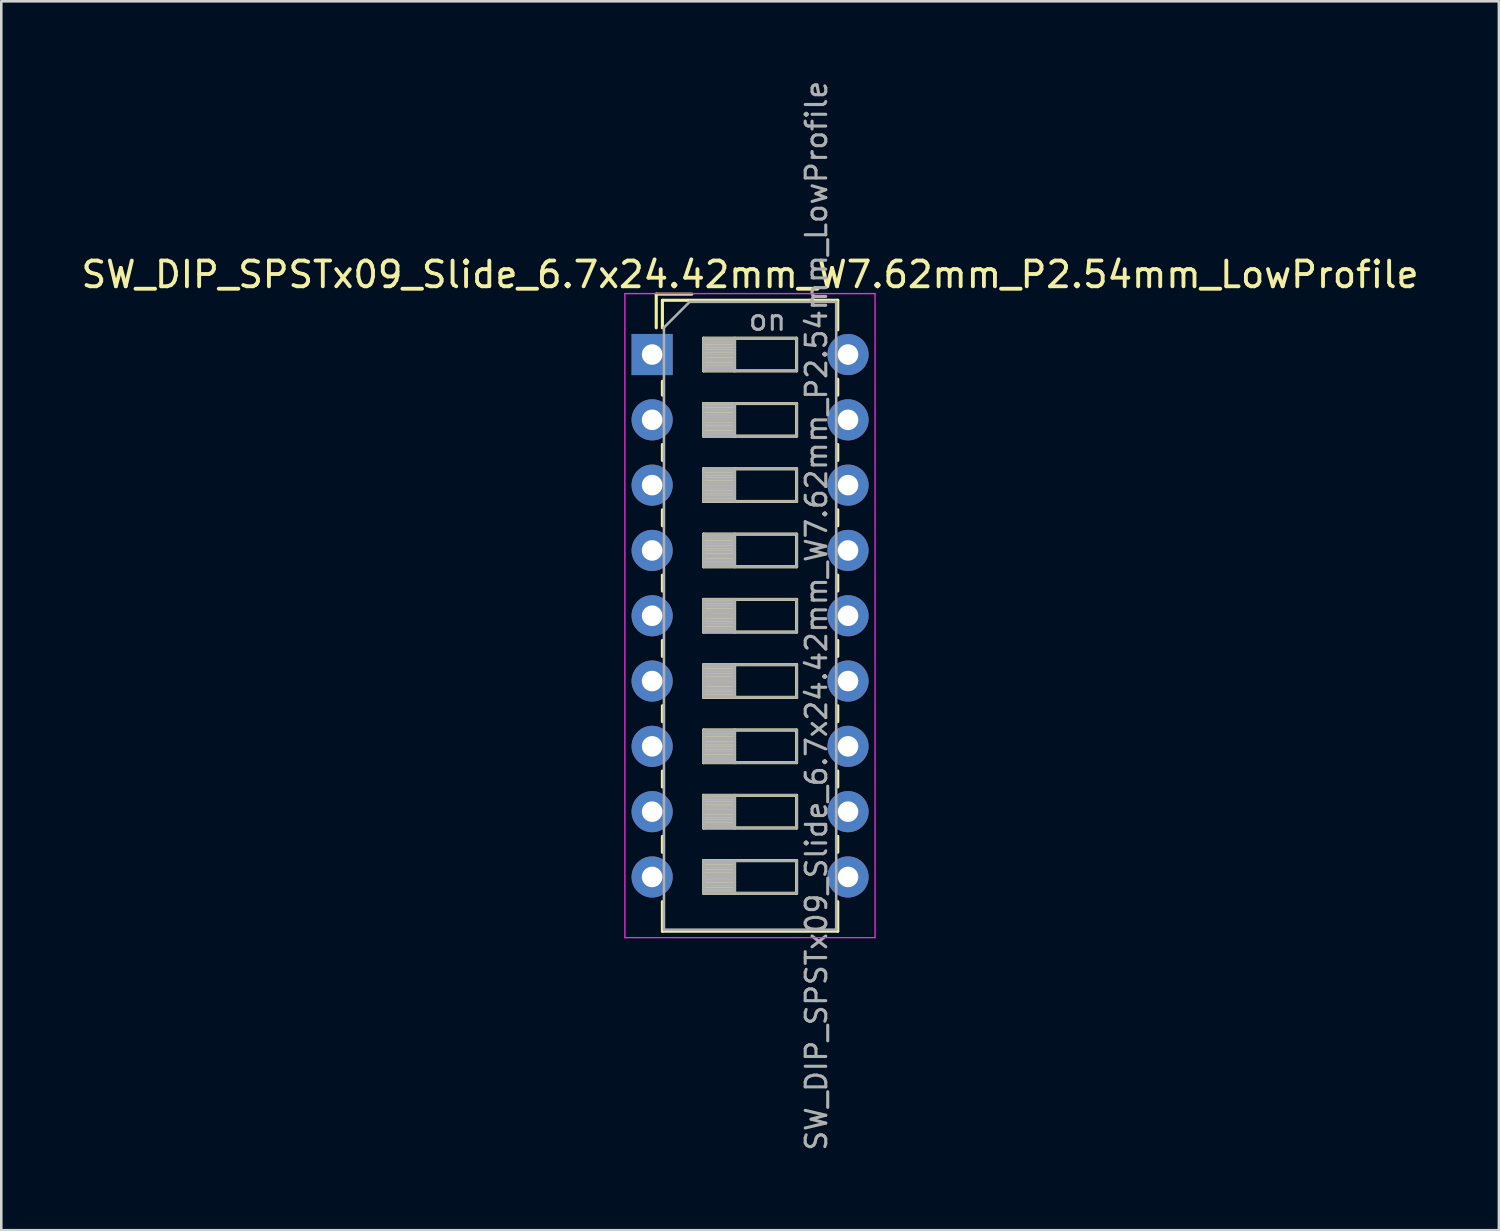
<source format=kicad_pcb>
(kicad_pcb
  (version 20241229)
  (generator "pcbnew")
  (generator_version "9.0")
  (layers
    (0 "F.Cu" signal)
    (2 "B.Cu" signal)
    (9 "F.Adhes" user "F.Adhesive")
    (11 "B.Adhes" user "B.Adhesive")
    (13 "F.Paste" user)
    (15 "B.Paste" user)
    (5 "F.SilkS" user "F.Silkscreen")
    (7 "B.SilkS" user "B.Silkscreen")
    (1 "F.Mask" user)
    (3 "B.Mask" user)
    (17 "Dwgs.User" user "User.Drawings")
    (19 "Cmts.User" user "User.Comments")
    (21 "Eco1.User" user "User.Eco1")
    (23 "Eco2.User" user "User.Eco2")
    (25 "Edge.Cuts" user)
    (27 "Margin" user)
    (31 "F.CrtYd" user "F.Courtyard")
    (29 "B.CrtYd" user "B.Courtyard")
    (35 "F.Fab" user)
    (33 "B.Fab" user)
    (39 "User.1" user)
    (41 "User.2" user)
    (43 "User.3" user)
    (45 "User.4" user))
  (footprint "SW_DIP_SPSTx09_Slide_6.7x24.42mm_W7.62mm_P2.54mm_LowProfile"
    (layer "F.Cu")
    (at 22.315 10.74)
    (property "Reference" "SW_DIP_SPSTx09_Slide_6.7x24.42mm_W7.62mm_P2.54mm_LowProfile" (at 3.81 -3.11 0) (layer "F.SilkS") (effects (font (size 1 1) (thickness 0.15))))
    (attr through_hole)
    (fp_line (start 0.16 -2.35) (end 0.16 -1.04) (stroke (width 0.12) (type solid)) (layer "F.SilkS"))
    (fp_line (start 0.16 -2.35) (end 1.543 -2.35) (stroke (width 0.12) (type solid)) (layer "F.SilkS"))
    (fp_line (start 0.4 -2.11) (end 0.4 -1.04) (stroke (width 0.12) (type solid)) (layer "F.SilkS"))
    (fp_line (start 0.4 -2.11) (end 7.22 -2.11) (stroke (width 0.12) (type solid)) (layer "F.SilkS"))
    (fp_line (start 0.4 1.04) (end 0.4 1.58) (stroke (width 0.12) (type solid)) (layer "F.SilkS"))
    (fp_line (start 0.4 3.5) (end 0.4 4.12) (stroke (width 0.12) (type solid)) (layer "F.SilkS"))
    (fp_line (start 0.4 6.04) (end 0.4 6.66) (stroke (width 0.12) (type solid)) (layer "F.SilkS"))
    (fp_line (start 0.4 8.58) (end 0.4 9.2) (stroke (width 0.12) (type solid)) (layer "F.SilkS"))
    (fp_line (start 0.4 11.12) (end 0.4 11.74) (stroke (width 0.12) (type solid)) (layer "F.SilkS"))
    (fp_line (start 0.4 13.66) (end 0.4 14.28) (stroke (width 0.12) (type solid)) (layer "F.SilkS"))
    (fp_line (start 0.4 16.2) (end 0.4 16.82) (stroke (width 0.12) (type solid)) (layer "F.SilkS"))
    (fp_line (start 0.4 18.74) (end 0.4 19.36) (stroke (width 0.12) (type solid)) (layer "F.SilkS"))
    (fp_line (start 0.4 21.28) (end 0.4 22.43) (stroke (width 0.12) (type solid)) (layer "F.SilkS"))
    (fp_line (start 0.4 22.43) (end 7.22 22.43) (stroke (width 0.12) (type solid)) (layer "F.SilkS"))
    (fp_line (start 2 -0.635) (end 2 0.635) (stroke (width 0.12) (type solid)) (layer "F.SilkS"))
    (fp_line (start 2 -0.515) (end 3.207 -0.515) (stroke (width 0.12) (type solid)) (layer "F.SilkS"))
    (fp_line (start 2 -0.395) (end 3.207 -0.395) (stroke (width 0.12) (type solid)) (layer "F.SilkS"))
    (fp_line (start 2 -0.275) (end 3.207 -0.275) (stroke (width 0.12) (type solid)) (layer "F.SilkS"))
    (fp_line (start 2 -0.155) (end 3.207 -0.155) (stroke (width 0.12) (type solid)) (layer "F.SilkS"))
    (fp_line (start 2 -0.035) (end 3.207 -0.035) (stroke (width 0.12) (type solid)) (layer "F.SilkS"))
    (fp_line (start 2 0.085) (end 3.207 0.085) (stroke (width 0.12) (type solid)) (layer "F.SilkS"))
    (fp_line (start 2 0.205) (end 3.207 0.205) (stroke (width 0.12) (type solid)) (layer "F.SilkS"))
    (fp_line (start 2 0.325) (end 3.207 0.325) (stroke (width 0.12) (type solid)) (layer "F.SilkS"))
    (fp_line (start 2 0.445) (end 3.207 0.445) (stroke (width 0.12) (type solid)) (layer "F.SilkS"))
    (fp_line (start 2 0.565) (end 3.207 0.565) (stroke (width 0.12) (type solid)) (layer "F.SilkS"))
    (fp_line (start 2 0.635) (end 5.62 0.635) (stroke (width 0.12) (type solid)) (layer "F.SilkS"))
    (fp_line (start 2 1.905) (end 2 3.175) (stroke (width 0.12) (type solid)) (layer "F.SilkS"))
    (fp_line (start 2 2.025) (end 3.207 2.025) (stroke (width 0.12) (type solid)) (layer "F.SilkS"))
    (fp_line (start 2 2.145) (end 3.207 2.145) (stroke (width 0.12) (type solid)) (layer "F.SilkS"))
    (fp_line (start 2 2.265) (end 3.207 2.265) (stroke (width 0.12) (type solid)) (layer "F.SilkS"))
    (fp_line (start 2 2.385) (end 3.207 2.385) (stroke (width 0.12) (type solid)) (layer "F.SilkS"))
    (fp_line (start 2 2.505) (end 3.207 2.505) (stroke (width 0.12) (type solid)) (layer "F.SilkS"))
    (fp_line (start 2 2.625) (end 3.207 2.625) (stroke (width 0.12) (type solid)) (layer "F.SilkS"))
    (fp_line (start 2 2.745) (end 3.207 2.745) (stroke (width 0.12) (type solid)) (layer "F.SilkS"))
    (fp_line (start 2 2.865) (end 3.207 2.865) (stroke (width 0.12) (type solid)) (layer "F.SilkS"))
    (fp_line (start 2 2.985) (end 3.207 2.985) (stroke (width 0.12) (type solid)) (layer "F.SilkS"))
    (fp_line (start 2 3.105) (end 3.207 3.105) (stroke (width 0.12) (type solid)) (layer "F.SilkS"))
    (fp_line (start 2 3.175) (end 5.62 3.175) (stroke (width 0.12) (type solid)) (layer "F.SilkS"))
    (fp_line (start 2 4.445) (end 2 5.715) (stroke (width 0.12) (type solid)) (layer "F.SilkS"))
    (fp_line (start 2 4.565) (end 3.207 4.565) (stroke (width 0.12) (type solid)) (layer "F.SilkS"))
    (fp_line (start 2 4.685) (end 3.207 4.685) (stroke (width 0.12) (type solid)) (layer "F.SilkS"))
    (fp_line (start 2 4.805) (end 3.207 4.805) (stroke (width 0.12) (type solid)) (layer "F.SilkS"))
    (fp_line (start 2 4.925) (end 3.207 4.925) (stroke (width 0.12) (type solid)) (layer "F.SilkS"))
    (fp_line (start 2 5.045) (end 3.207 5.045) (stroke (width 0.12) (type solid)) (layer "F.SilkS"))
    (fp_line (start 2 5.165) (end 3.207 5.165) (stroke (width 0.12) (type solid)) (layer "F.SilkS"))
    (fp_line (start 2 5.285) (end 3.207 5.285) (stroke (width 0.12) (type solid)) (layer "F.SilkS"))
    (fp_line (start 2 5.405) (end 3.207 5.405) (stroke (width 0.12) (type solid)) (layer "F.SilkS"))
    (fp_line (start 2 5.525) (end 3.207 5.525) (stroke (width 0.12) (type solid)) (layer "F.SilkS"))
    (fp_line (start 2 5.645) (end 3.207 5.645) (stroke (width 0.12) (type solid)) (layer "F.SilkS"))
    (fp_line (start 2 5.715) (end 5.62 5.715) (stroke (width 0.12) (type solid)) (layer "F.SilkS"))
    (fp_line (start 2 6.985) (end 2 8.255) (stroke (width 0.12) (type solid)) (layer "F.SilkS"))
    (fp_line (start 2 7.105) (end 3.207 7.105) (stroke (width 0.12) (type solid)) (layer "F.SilkS"))
    (fp_line (start 2 7.225) (end 3.207 7.225) (stroke (width 0.12) (type solid)) (layer "F.SilkS"))
    (fp_line (start 2 7.345) (end 3.207 7.345) (stroke (width 0.12) (type solid)) (layer "F.SilkS"))
    (fp_line (start 2 7.465) (end 3.207 7.465) (stroke (width 0.12) (type solid)) (layer "F.SilkS"))
    (fp_line (start 2 7.585) (end 3.207 7.585) (stroke (width 0.12) (type solid)) (layer "F.SilkS"))
    (fp_line (start 2 7.705) (end 3.207 7.705) (stroke (width 0.12) (type solid)) (layer "F.SilkS"))
    (fp_line (start 2 7.825) (end 3.207 7.825) (stroke (width 0.12) (type solid)) (layer "F.SilkS"))
    (fp_line (start 2 7.945) (end 3.207 7.945) (stroke (width 0.12) (type solid)) (layer "F.SilkS"))
    (fp_line (start 2 8.065) (end 3.207 8.065) (stroke (width 0.12) (type solid)) (layer "F.SilkS"))
    (fp_line (start 2 8.185) (end 3.207 8.185) (stroke (width 0.12) (type solid)) (layer "F.SilkS"))
    (fp_line (start 2 8.255) (end 5.62 8.255) (stroke (width 0.12) (type solid)) (layer "F.SilkS"))
    (fp_line (start 2 9.525) (end 2 10.795) (stroke (width 0.12) (type solid)) (layer "F.SilkS"))
    (fp_line (start 2 9.645) (end 3.207 9.645) (stroke (width 0.12) (type solid)) (layer "F.SilkS"))
    (fp_line (start 2 9.765) (end 3.207 9.765) (stroke (width 0.12) (type solid)) (layer "F.SilkS"))
    (fp_line (start 2 9.885) (end 3.207 9.885) (stroke (width 0.12) (type solid)) (layer "F.SilkS"))
    (fp_line (start 2 10.005) (end 3.207 10.005) (stroke (width 0.12) (type solid)) (layer "F.SilkS"))
    (fp_line (start 2 10.125) (end 3.207 10.125) (stroke (width 0.12) (type solid)) (layer "F.SilkS"))
    (fp_line (start 2 10.245) (end 3.207 10.245) (stroke (width 0.12) (type solid)) (layer "F.SilkS"))
    (fp_line (start 2 10.365) (end 3.207 10.365) (stroke (width 0.12) (type solid)) (layer "F.SilkS"))
    (fp_line (start 2 10.485) (end 3.207 10.485) (stroke (width 0.12) (type solid)) (layer "F.SilkS"))
    (fp_line (start 2 10.605) (end 3.207 10.605) (stroke (width 0.12) (type solid)) (layer "F.SilkS"))
    (fp_line (start 2 10.725) (end 3.207 10.725) (stroke (width 0.12) (type solid)) (layer "F.SilkS"))
    (fp_line (start 2 10.795) (end 5.62 10.795) (stroke (width 0.12) (type solid)) (layer "F.SilkS"))
    (fp_line (start 2 12.065) (end 2 13.335) (stroke (width 0.12) (type solid)) (layer "F.SilkS"))
    (fp_line (start 2 12.185) (end 3.207 12.185) (stroke (width 0.12) (type solid)) (layer "F.SilkS"))
    (fp_line (start 2 12.305) (end 3.207 12.305) (stroke (width 0.12) (type solid)) (layer "F.SilkS"))
    (fp_line (start 2 12.425) (end 3.207 12.425) (stroke (width 0.12) (type solid)) (layer "F.SilkS"))
    (fp_line (start 2 12.545) (end 3.207 12.545) (stroke (width 0.12) (type solid)) (layer "F.SilkS"))
    (fp_line (start 2 12.665) (end 3.207 12.665) (stroke (width 0.12) (type solid)) (layer "F.SilkS"))
    (fp_line (start 2 12.785) (end 3.207 12.785) (stroke (width 0.12) (type solid)) (layer "F.SilkS"))
    (fp_line (start 2 12.905) (end 3.207 12.905) (stroke (width 0.12) (type solid)) (layer "F.SilkS"))
    (fp_line (start 2 13.025) (end 3.207 13.025) (stroke (width 0.12) (type solid)) (layer "F.SilkS"))
    (fp_line (start 2 13.145) (end 3.207 13.145) (stroke (width 0.12) (type solid)) (layer "F.SilkS"))
    (fp_line (start 2 13.265) (end 3.207 13.265) (stroke (width 0.12) (type solid)) (layer "F.SilkS"))
    (fp_line (start 2 13.335) (end 5.62 13.335) (stroke (width 0.12) (type solid)) (layer "F.SilkS"))
    (fp_line (start 2 14.605) (end 2 15.875) (stroke (width 0.12) (type solid)) (layer "F.SilkS"))
    (fp_line (start 2 14.725) (end 3.207 14.725) (stroke (width 0.12) (type solid)) (layer "F.SilkS"))
    (fp_line (start 2 14.845) (end 3.207 14.845) (stroke (width 0.12) (type solid)) (layer "F.SilkS"))
    (fp_line (start 2 14.965) (end 3.207 14.965) (stroke (width 0.12) (type solid)) (layer "F.SilkS"))
    (fp_line (start 2 15.085) (end 3.207 15.085) (stroke (width 0.12) (type solid)) (layer "F.SilkS"))
    (fp_line (start 2 15.205) (end 3.207 15.205) (stroke (width 0.12) (type solid)) (layer "F.SilkS"))
    (fp_line (start 2 15.325) (end 3.207 15.325) (stroke (width 0.12) (type solid)) (layer "F.SilkS"))
    (fp_line (start 2 15.445) (end 3.207 15.445) (stroke (width 0.12) (type solid)) (layer "F.SilkS"))
    (fp_line (start 2 15.565) (end 3.207 15.565) (stroke (width 0.12) (type solid)) (layer "F.SilkS"))
    (fp_line (start 2 15.685) (end 3.207 15.685) (stroke (width 0.12) (type solid)) (layer "F.SilkS"))
    (fp_line (start 2 15.805) (end 3.207 15.805) (stroke (width 0.12) (type solid)) (layer "F.SilkS"))
    (fp_line (start 2 15.875) (end 5.62 15.875) (stroke (width 0.12) (type solid)) (layer "F.SilkS"))
    (fp_line (start 2 17.145) (end 2 18.415) (stroke (width 0.12) (type solid)) (layer "F.SilkS"))
    (fp_line (start 2 17.265) (end 3.207 17.265) (stroke (width 0.12) (type solid)) (layer "F.SilkS"))
    (fp_line (start 2 17.385) (end 3.207 17.385) (stroke (width 0.12) (type solid)) (layer "F.SilkS"))
    (fp_line (start 2 17.505) (end 3.207 17.505) (stroke (width 0.12) (type solid)) (layer "F.SilkS"))
    (fp_line (start 2 17.625) (end 3.207 17.625) (stroke (width 0.12) (type solid)) (layer "F.SilkS"))
    (fp_line (start 2 17.745) (end 3.207 17.745) (stroke (width 0.12) (type solid)) (layer "F.SilkS"))
    (fp_line (start 2 17.865) (end 3.207 17.865) (stroke (width 0.12) (type solid)) (layer "F.SilkS"))
    (fp_line (start 2 17.985) (end 3.207 17.985) (stroke (width 0.12) (type solid)) (layer "F.SilkS"))
    (fp_line (start 2 18.105) (end 3.207 18.105) (stroke (width 0.12) (type solid)) (layer "F.SilkS"))
    (fp_line (start 2 18.225) (end 3.207 18.225) (stroke (width 0.12) (type solid)) (layer "F.SilkS"))
    (fp_line (start 2 18.345) (end 3.207 18.345) (stroke (width 0.12) (type solid)) (layer "F.SilkS"))
    (fp_line (start 2 18.415) (end 5.62 18.415) (stroke (width 0.12) (type solid)) (layer "F.SilkS"))
    (fp_line (start 2 19.685) (end 2 20.955) (stroke (width 0.12) (type solid)) (layer "F.SilkS"))
    (fp_line (start 2 19.805) (end 3.207 19.805) (stroke (width 0.12) (type solid)) (layer "F.SilkS"))
    (fp_line (start 2 19.925) (end 3.207 19.925) (stroke (width 0.12) (type solid)) (layer "F.SilkS"))
    (fp_line (start 2 20.045) (end 3.207 20.045) (stroke (width 0.12) (type solid)) (layer "F.SilkS"))
    (fp_line (start 2 20.165) (end 3.207 20.165) (stroke (width 0.12) (type solid)) (layer "F.SilkS"))
    (fp_line (start 2 20.285) (end 3.207 20.285) (stroke (width 0.12) (type solid)) (layer "F.SilkS"))
    (fp_line (start 2 20.405) (end 3.207 20.405) (stroke (width 0.12) (type solid)) (layer "F.SilkS"))
    (fp_line (start 2 20.525) (end 3.207 20.525) (stroke (width 0.12) (type solid)) (layer "F.SilkS"))
    (fp_line (start 2 20.645) (end 3.207 20.645) (stroke (width 0.12) (type solid)) (layer "F.SilkS"))
    (fp_line (start 2 20.765) (end 3.207 20.765) (stroke (width 0.12) (type solid)) (layer "F.SilkS"))
    (fp_line (start 2 20.885) (end 3.207 20.885) (stroke (width 0.12) (type solid)) (layer "F.SilkS"))
    (fp_line (start 2 20.955) (end 5.62 20.955) (stroke (width 0.12) (type solid)) (layer "F.SilkS"))
    (fp_line (start 3.207 -0.635) (end 3.207 0.635) (stroke (width 0.12) (type solid)) (layer "F.SilkS"))
    (fp_line (start 3.207 1.905) (end 3.207 3.175) (stroke (width 0.12) (type solid)) (layer "F.SilkS"))
    (fp_line (start 3.207 4.445) (end 3.207 5.715) (stroke (width 0.12) (type solid)) (layer "F.SilkS"))
    (fp_line (start 3.207 6.985) (end 3.207 8.255) (stroke (width 0.12) (type solid)) (layer "F.SilkS"))
    (fp_line (start 3.207 9.525) (end 3.207 10.795) (stroke (width 0.12) (type solid)) (layer "F.SilkS"))
    (fp_line (start 3.207 12.065) (end 3.207 13.335) (stroke (width 0.12) (type solid)) (layer "F.SilkS"))
    (fp_line (start 3.207 14.605) (end 3.207 15.875) (stroke (width 0.12) (type solid)) (layer "F.SilkS"))
    (fp_line (start 3.207 17.145) (end 3.207 18.415) (stroke (width 0.12) (type solid)) (layer "F.SilkS"))
    (fp_line (start 3.207 19.685) (end 3.207 20.955) (stroke (width 0.12) (type solid)) (layer "F.SilkS"))
    (fp_line (start 5.62 -0.635) (end 2 -0.635) (stroke (width 0.12) (type solid)) (layer "F.SilkS"))
    (fp_line (start 5.62 0.635) (end 5.62 -0.635) (stroke (width 0.12) (type solid)) (layer "F.SilkS"))
    (fp_line (start 5.62 1.905) (end 2 1.905) (stroke (width 0.12) (type solid)) (layer "F.SilkS"))
    (fp_line (start 5.62 3.175) (end 5.62 1.905) (stroke (width 0.12) (type solid)) (layer "F.SilkS"))
    (fp_line (start 5.62 4.445) (end 2 4.445) (stroke (width 0.12) (type solid)) (layer "F.SilkS"))
    (fp_line (start 5.62 5.715) (end 5.62 4.445) (stroke (width 0.12) (type solid)) (layer "F.SilkS"))
    (fp_line (start 5.62 6.985) (end 2 6.985) (stroke (width 0.12) (type solid)) (layer "F.SilkS"))
    (fp_line (start 5.62 8.255) (end 5.62 6.985) (stroke (width 0.12) (type solid)) (layer "F.SilkS"))
    (fp_line (start 5.62 9.525) (end 2 9.525) (stroke (width 0.12) (type solid)) (layer "F.SilkS"))
    (fp_line (start 5.62 10.795) (end 5.62 9.525) (stroke (width 0.12) (type solid)) (layer "F.SilkS"))
    (fp_line (start 5.62 12.065) (end 2 12.065) (stroke (width 0.12) (type solid)) (layer "F.SilkS"))
    (fp_line (start 5.62 13.335) (end 5.62 12.065) (stroke (width 0.12) (type solid)) (layer "F.SilkS"))
    (fp_line (start 5.62 14.605) (end 2 14.605) (stroke (width 0.12) (type solid)) (layer "F.SilkS"))
    (fp_line (start 5.62 15.875) (end 5.62 14.605) (stroke (width 0.12) (type solid)) (layer "F.SilkS"))
    (fp_line (start 5.62 17.145) (end 2 17.145) (stroke (width 0.12) (type solid)) (layer "F.SilkS"))
    (fp_line (start 5.62 18.415) (end 5.62 17.145) (stroke (width 0.12) (type solid)) (layer "F.SilkS"))
    (fp_line (start 5.62 19.685) (end 2 19.685) (stroke (width 0.12) (type solid)) (layer "F.SilkS"))
    (fp_line (start 5.62 20.955) (end 5.62 19.685) (stroke (width 0.12) (type solid)) (layer "F.SilkS"))
    (fp_line (start 7.22 -2.11) (end 7.22 -0.96) (stroke (width 0.12) (type solid)) (layer "F.SilkS"))
    (fp_line (start 7.22 0.96) (end 7.22 1.58) (stroke (width 0.12) (type solid)) (layer "F.SilkS"))
    (fp_line (start 7.22 3.5) (end 7.22 4.12) (stroke (width 0.12) (type solid)) (layer "F.SilkS"))
    (fp_line (start 7.22 6.04) (end 7.22 6.66) (stroke (width 0.12) (type solid)) (layer "F.SilkS"))
    (fp_line (start 7.22 8.58) (end 7.22 9.2) (stroke (width 0.12) (type solid)) (layer "F.SilkS"))
    (fp_line (start 7.22 11.12) (end 7.22 11.74) (stroke (width 0.12) (type solid)) (layer "F.SilkS"))
    (fp_line (start 7.22 13.66) (end 7.22 14.28) (stroke (width 0.12) (type solid)) (layer "F.SilkS"))
    (fp_line (start 7.22 16.2) (end 7.22 16.82) (stroke (width 0.12) (type solid)) (layer "F.SilkS"))
    (fp_line (start 7.22 18.74) (end 7.22 19.36) (stroke (width 0.12) (type solid)) (layer "F.SilkS"))
    (fp_line (start 7.22 21.28) (end 7.22 22.43) (stroke (width 0.12) (type solid)) (layer "F.SilkS"))
    (fp_line (start -1.06 -2.37) (end -1.06 22.68) (stroke (width 0.05) (type solid)) (layer "F.CrtYd"))
    (fp_line (start -1.06 22.68) (end 8.67 22.68) (stroke (width 0.05) (type solid)) (layer "F.CrtYd"))
    (fp_line (start 8.67 -2.37) (end -1.06 -2.37) (stroke (width 0.05) (type solid)) (layer "F.CrtYd"))
    (fp_line (start 8.67 22.68) (end 8.67 -2.37) (stroke (width 0.05) (type solid)) (layer "F.CrtYd"))
    (fp_line (start 0.46 -1.05) (end 1.46 -2.05) (stroke (width 0.1) (type solid)) (layer "F.Fab"))
    (fp_line (start 0.46 22.37) (end 0.46 -1.05) (stroke (width 0.1) (type solid)) (layer "F.Fab"))
    (fp_line (start 1.46 -2.05) (end 7.16 -2.05) (stroke (width 0.1) (type solid)) (layer "F.Fab"))
    (fp_line (start 2 -0.635) (end 2 0.635) (stroke (width 0.1) (type solid)) (layer "F.Fab"))
    (fp_line (start 2 -0.535) (end 3.207 -0.535) (stroke (width 0.1) (type solid)) (layer "F.Fab"))
    (fp_line (start 2 -0.435) (end 3.207 -0.435) (stroke (width 0.1) (type solid)) (layer "F.Fab"))
    (fp_line (start 2 -0.335) (end 3.207 -0.335) (stroke (width 0.1) (type solid)) (layer "F.Fab"))
    (fp_line (start 2 -0.235) (end 3.207 -0.235) (stroke (width 0.1) (type solid)) (layer "F.Fab"))
    (fp_line (start 2 -0.135) (end 3.207 -0.135) (stroke (width 0.1) (type solid)) (layer "F.Fab"))
    (fp_line (start 2 -0.035) (end 3.207 -0.035) (stroke (width 0.1) (type solid)) (layer "F.Fab"))
    (fp_line (start 2 0.065) (end 3.207 0.065) (stroke (width 0.1) (type solid)) (layer "F.Fab"))
    (fp_line (start 2 0.165) (end 3.207 0.165) (stroke (width 0.1) (type solid)) (layer "F.Fab"))
    (fp_line (start 2 0.265) (end 3.207 0.265) (stroke (width 0.1) (type solid)) (layer "F.Fab"))
    (fp_line (start 2 0.365) (end 3.207 0.365) (stroke (width 0.1) (type solid)) (layer "F.Fab"))
    (fp_line (start 2 0.465) (end 3.207 0.465) (stroke (width 0.1) (type solid)) (layer "F.Fab"))
    (fp_line (start 2 0.565) (end 3.207 0.565) (stroke (width 0.1) (type solid)) (layer "F.Fab"))
    (fp_line (start 2 0.635) (end 5.62 0.635) (stroke (width 0.1) (type solid)) (layer "F.Fab"))
    (fp_line (start 2 1.905) (end 2 3.175) (stroke (width 0.1) (type solid)) (layer "F.Fab"))
    (fp_line (start 2 2.005) (end 3.207 2.005) (stroke (width 0.1) (type solid)) (layer "F.Fab"))
    (fp_line (start 2 2.105) (end 3.207 2.105) (stroke (width 0.1) (type solid)) (layer "F.Fab"))
    (fp_line (start 2 2.205) (end 3.207 2.205) (stroke (width 0.1) (type solid)) (layer "F.Fab"))
    (fp_line (start 2 2.305) (end 3.207 2.305) (stroke (width 0.1) (type solid)) (layer "F.Fab"))
    (fp_line (start 2 2.405) (end 3.207 2.405) (stroke (width 0.1) (type solid)) (layer "F.Fab"))
    (fp_line (start 2 2.505) (end 3.207 2.505) (stroke (width 0.1) (type solid)) (layer "F.Fab"))
    (fp_line (start 2 2.605) (end 3.207 2.605) (stroke (width 0.1) (type solid)) (layer "F.Fab"))
    (fp_line (start 2 2.705) (end 3.207 2.705) (stroke (width 0.1) (type solid)) (layer "F.Fab"))
    (fp_line (start 2 2.805) (end 3.207 2.805) (stroke (width 0.1) (type solid)) (layer "F.Fab"))
    (fp_line (start 2 2.905) (end 3.207 2.905) (stroke (width 0.1) (type solid)) (layer "F.Fab"))
    (fp_line (start 2 3.005) (end 3.207 3.005) (stroke (width 0.1) (type solid)) (layer "F.Fab"))
    (fp_line (start 2 3.105) (end 3.207 3.105) (stroke (width 0.1) (type solid)) (layer "F.Fab"))
    (fp_line (start 2 3.175) (end 5.62 3.175) (stroke (width 0.1) (type solid)) (layer "F.Fab"))
    (fp_line (start 2 4.445) (end 2 5.715) (stroke (width 0.1) (type solid)) (layer "F.Fab"))
    (fp_line (start 2 4.545) (end 3.207 4.545) (stroke (width 0.1) (type solid)) (layer "F.Fab"))
    (fp_line (start 2 4.645) (end 3.207 4.645) (stroke (width 0.1) (type solid)) (layer "F.Fab"))
    (fp_line (start 2 4.745) (end 3.207 4.745) (stroke (width 0.1) (type solid)) (layer "F.Fab"))
    (fp_line (start 2 4.845) (end 3.207 4.845) (stroke (width 0.1) (type solid)) (layer "F.Fab"))
    (fp_line (start 2 4.945) (end 3.207 4.945) (stroke (width 0.1) (type solid)) (layer "F.Fab"))
    (fp_line (start 2 5.045) (end 3.207 5.045) (stroke (width 0.1) (type solid)) (layer "F.Fab"))
    (fp_line (start 2 5.145) (end 3.207 5.145) (stroke (width 0.1) (type solid)) (layer "F.Fab"))
    (fp_line (start 2 5.245) (end 3.207 5.245) (stroke (width 0.1) (type solid)) (layer "F.Fab"))
    (fp_line (start 2 5.345) (end 3.207 5.345) (stroke (width 0.1) (type solid)) (layer "F.Fab"))
    (fp_line (start 2 5.445) (end 3.207 5.445) (stroke (width 0.1) (type solid)) (layer "F.Fab"))
    (fp_line (start 2 5.545) (end 3.207 5.545) (stroke (width 0.1) (type solid)) (layer "F.Fab"))
    (fp_line (start 2 5.645) (end 3.207 5.645) (stroke (width 0.1) (type solid)) (layer "F.Fab"))
    (fp_line (start 2 5.715) (end 5.62 5.715) (stroke (width 0.1) (type solid)) (layer "F.Fab"))
    (fp_line (start 2 6.985) (end 2 8.255) (stroke (width 0.1) (type solid)) (layer "F.Fab"))
    (fp_line (start 2 7.085) (end 3.207 7.085) (stroke (width 0.1) (type solid)) (layer "F.Fab"))
    (fp_line (start 2 7.185) (end 3.207 7.185) (stroke (width 0.1) (type solid)) (layer "F.Fab"))
    (fp_line (start 2 7.285) (end 3.207 7.285) (stroke (width 0.1) (type solid)) (layer "F.Fab"))
    (fp_line (start 2 7.385) (end 3.207 7.385) (stroke (width 0.1) (type solid)) (layer "F.Fab"))
    (fp_line (start 2 7.485) (end 3.207 7.485) (stroke (width 0.1) (type solid)) (layer "F.Fab"))
    (fp_line (start 2 7.585) (end 3.207 7.585) (stroke (width 0.1) (type solid)) (layer "F.Fab"))
    (fp_line (start 2 7.685) (end 3.207 7.685) (stroke (width 0.1) (type solid)) (layer "F.Fab"))
    (fp_line (start 2 7.785) (end 3.207 7.785) (stroke (width 0.1) (type solid)) (layer "F.Fab"))
    (fp_line (start 2 7.885) (end 3.207 7.885) (stroke (width 0.1) (type solid)) (layer "F.Fab"))
    (fp_line (start 2 7.985) (end 3.207 7.985) (stroke (width 0.1) (type solid)) (layer "F.Fab"))
    (fp_line (start 2 8.085) (end 3.207 8.085) (stroke (width 0.1) (type solid)) (layer "F.Fab"))
    (fp_line (start 2 8.185) (end 3.207 8.185) (stroke (width 0.1) (type solid)) (layer "F.Fab"))
    (fp_line (start 2 8.255) (end 5.62 8.255) (stroke (width 0.1) (type solid)) (layer "F.Fab"))
    (fp_line (start 2 9.525) (end 2 10.795) (stroke (width 0.1) (type solid)) (layer "F.Fab"))
    (fp_line (start 2 9.625) (end 3.207 9.625) (stroke (width 0.1) (type solid)) (layer "F.Fab"))
    (fp_line (start 2 9.725) (end 3.207 9.725) (stroke (width 0.1) (type solid)) (layer "F.Fab"))
    (fp_line (start 2 9.825) (end 3.207 9.825) (stroke (width 0.1) (type solid)) (layer "F.Fab"))
    (fp_line (start 2 9.925) (end 3.207 9.925) (stroke (width 0.1) (type solid)) (layer "F.Fab"))
    (fp_line (start 2 10.025) (end 3.207 10.025) (stroke (width 0.1) (type solid)) (layer "F.Fab"))
    (fp_line (start 2 10.125) (end 3.207 10.125) (stroke (width 0.1) (type solid)) (layer "F.Fab"))
    (fp_line (start 2 10.225) (end 3.207 10.225) (stroke (width 0.1) (type solid)) (layer "F.Fab"))
    (fp_line (start 2 10.325) (end 3.207 10.325) (stroke (width 0.1) (type solid)) (layer "F.Fab"))
    (fp_line (start 2 10.425) (end 3.207 10.425) (stroke (width 0.1) (type solid)) (layer "F.Fab"))
    (fp_line (start 2 10.525) (end 3.207 10.525) (stroke (width 0.1) (type solid)) (layer "F.Fab"))
    (fp_line (start 2 10.625) (end 3.207 10.625) (stroke (width 0.1) (type solid)) (layer "F.Fab"))
    (fp_line (start 2 10.725) (end 3.207 10.725) (stroke (width 0.1) (type solid)) (layer "F.Fab"))
    (fp_line (start 2 10.795) (end 5.62 10.795) (stroke (width 0.1) (type solid)) (layer "F.Fab"))
    (fp_line (start 2 12.065) (end 2 13.335) (stroke (width 0.1) (type solid)) (layer "F.Fab"))
    (fp_line (start 2 12.165) (end 3.207 12.165) (stroke (width 0.1) (type solid)) (layer "F.Fab"))
    (fp_line (start 2 12.265) (end 3.207 12.265) (stroke (width 0.1) (type solid)) (layer "F.Fab"))
    (fp_line (start 2 12.365) (end 3.207 12.365) (stroke (width 0.1) (type solid)) (layer "F.Fab"))
    (fp_line (start 2 12.465) (end 3.207 12.465) (stroke (width 0.1) (type solid)) (layer "F.Fab"))
    (fp_line (start 2 12.565) (end 3.207 12.565) (stroke (width 0.1) (type solid)) (layer "F.Fab"))
    (fp_line (start 2 12.665) (end 3.207 12.665) (stroke (width 0.1) (type solid)) (layer "F.Fab"))
    (fp_line (start 2 12.765) (end 3.207 12.765) (stroke (width 0.1) (type solid)) (layer "F.Fab"))
    (fp_line (start 2 12.865) (end 3.207 12.865) (stroke (width 0.1) (type solid)) (layer "F.Fab"))
    (fp_line (start 2 12.965) (end 3.207 12.965) (stroke (width 0.1) (type solid)) (layer "F.Fab"))
    (fp_line (start 2 13.065) (end 3.207 13.065) (stroke (width 0.1) (type solid)) (layer "F.Fab"))
    (fp_line (start 2 13.165) (end 3.207 13.165) (stroke (width 0.1) (type solid)) (layer "F.Fab"))
    (fp_line (start 2 13.265) (end 3.207 13.265) (stroke (width 0.1) (type solid)) (layer "F.Fab"))
    (fp_line (start 2 13.335) (end 5.62 13.335) (stroke (width 0.1) (type solid)) (layer "F.Fab"))
    (fp_line (start 2 14.605) (end 2 15.875) (stroke (width 0.1) (type solid)) (layer "F.Fab"))
    (fp_line (start 2 14.705) (end 3.207 14.705) (stroke (width 0.1) (type solid)) (layer "F.Fab"))
    (fp_line (start 2 14.805) (end 3.207 14.805) (stroke (width 0.1) (type solid)) (layer "F.Fab"))
    (fp_line (start 2 14.905) (end 3.207 14.905) (stroke (width 0.1) (type solid)) (layer "F.Fab"))
    (fp_line (start 2 15.005) (end 3.207 15.005) (stroke (width 0.1) (type solid)) (layer "F.Fab"))
    (fp_line (start 2 15.105) (end 3.207 15.105) (stroke (width 0.1) (type solid)) (layer "F.Fab"))
    (fp_line (start 2 15.205) (end 3.207 15.205) (stroke (width 0.1) (type solid)) (layer "F.Fab"))
    (fp_line (start 2 15.305) (end 3.207 15.305) (stroke (width 0.1) (type solid)) (layer "F.Fab"))
    (fp_line (start 2 15.405) (end 3.207 15.405) (stroke (width 0.1) (type solid)) (layer "F.Fab"))
    (fp_line (start 2 15.505) (end 3.207 15.505) (stroke (width 0.1) (type solid)) (layer "F.Fab"))
    (fp_line (start 2 15.605) (end 3.207 15.605) (stroke (width 0.1) (type solid)) (layer "F.Fab"))
    (fp_line (start 2 15.705) (end 3.207 15.705) (stroke (width 0.1) (type solid)) (layer "F.Fab"))
    (fp_line (start 2 15.805) (end 3.207 15.805) (stroke (width 0.1) (type solid)) (layer "F.Fab"))
    (fp_line (start 2 15.875) (end 5.62 15.875) (stroke (width 0.1) (type solid)) (layer "F.Fab"))
    (fp_line (start 2 17.145) (end 2 18.415) (stroke (width 0.1) (type solid)) (layer "F.Fab"))
    (fp_line (start 2 17.245) (end 3.207 17.245) (stroke (width 0.1) (type solid)) (layer "F.Fab"))
    (fp_line (start 2 17.345) (end 3.207 17.345) (stroke (width 0.1) (type solid)) (layer "F.Fab"))
    (fp_line (start 2 17.445) (end 3.207 17.445) (stroke (width 0.1) (type solid)) (layer "F.Fab"))
    (fp_line (start 2 17.545) (end 3.207 17.545) (stroke (width 0.1) (type solid)) (layer "F.Fab"))
    (fp_line (start 2 17.645) (end 3.207 17.645) (stroke (width 0.1) (type solid)) (layer "F.Fab"))
    (fp_line (start 2 17.745) (end 3.207 17.745) (stroke (width 0.1) (type solid)) (layer "F.Fab"))
    (fp_line (start 2 17.845) (end 3.207 17.845) (stroke (width 0.1) (type solid)) (layer "F.Fab"))
    (fp_line (start 2 17.945) (end 3.207 17.945) (stroke (width 0.1) (type solid)) (layer "F.Fab"))
    (fp_line (start 2 18.045) (end 3.207 18.045) (stroke (width 0.1) (type solid)) (layer "F.Fab"))
    (fp_line (start 2 18.145) (end 3.207 18.145) (stroke (width 0.1) (type solid)) (layer "F.Fab"))
    (fp_line (start 2 18.245) (end 3.207 18.245) (stroke (width 0.1) (type solid)) (layer "F.Fab"))
    (fp_line (start 2 18.345) (end 3.207 18.345) (stroke (width 0.1) (type solid)) (layer "F.Fab"))
    (fp_line (start 2 18.415) (end 5.62 18.415) (stroke (width 0.1) (type solid)) (layer "F.Fab"))
    (fp_line (start 2 19.685) (end 2 20.955) (stroke (width 0.1) (type solid)) (layer "F.Fab"))
    (fp_line (start 2 19.785) (end 3.207 19.785) (stroke (width 0.1) (type solid)) (layer "F.Fab"))
    (fp_line (start 2 19.885) (end 3.207 19.885) (stroke (width 0.1) (type solid)) (layer "F.Fab"))
    (fp_line (start 2 19.985) (end 3.207 19.985) (stroke (width 0.1) (type solid)) (layer "F.Fab"))
    (fp_line (start 2 20.085) (end 3.207 20.085) (stroke (width 0.1) (type solid)) (layer "F.Fab"))
    (fp_line (start 2 20.185) (end 3.207 20.185) (stroke (width 0.1) (type solid)) (layer "F.Fab"))
    (fp_line (start 2 20.285) (end 3.207 20.285) (stroke (width 0.1) (type solid)) (layer "F.Fab"))
    (fp_line (start 2 20.385) (end 3.207 20.385) (stroke (width 0.1) (type solid)) (layer "F.Fab"))
    (fp_line (start 2 20.485) (end 3.207 20.485) (stroke (width 0.1) (type solid)) (layer "F.Fab"))
    (fp_line (start 2 20.585) (end 3.207 20.585) (stroke (width 0.1) (type solid)) (layer "F.Fab"))
    (fp_line (start 2 20.685) (end 3.207 20.685) (stroke (width 0.1) (type solid)) (layer "F.Fab"))
    (fp_line (start 2 20.785) (end 3.207 20.785) (stroke (width 0.1) (type solid)) (layer "F.Fab"))
    (fp_line (start 2 20.885) (end 3.207 20.885) (stroke (width 0.1) (type solid)) (layer "F.Fab"))
    (fp_line (start 2 20.955) (end 5.62 20.955) (stroke (width 0.1) (type solid)) (layer "F.Fab"))
    (fp_line (start 3.207 -0.635) (end 3.207 0.635) (stroke (width 0.1) (type solid)) (layer "F.Fab"))
    (fp_line (start 3.207 1.905) (end 3.207 3.175) (stroke (width 0.1) (type solid)) (layer "F.Fab"))
    (fp_line (start 3.207 4.445) (end 3.207 5.715) (stroke (width 0.1) (type solid)) (layer "F.Fab"))
    (fp_line (start 3.207 6.985) (end 3.207 8.255) (stroke (width 0.1) (type solid)) (layer "F.Fab"))
    (fp_line (start 3.207 9.525) (end 3.207 10.795) (stroke (width 0.1) (type solid)) (layer "F.Fab"))
    (fp_line (start 3.207 12.065) (end 3.207 13.335) (stroke (width 0.1) (type solid)) (layer "F.Fab"))
    (fp_line (start 3.207 14.605) (end 3.207 15.875) (stroke (width 0.1) (type solid)) (layer "F.Fab"))
    (fp_line (start 3.207 17.145) (end 3.207 18.415) (stroke (width 0.1) (type solid)) (layer "F.Fab"))
    (fp_line (start 3.207 19.685) (end 3.207 20.955) (stroke (width 0.1) (type solid)) (layer "F.Fab"))
    (fp_line (start 5.62 -0.635) (end 2 -0.635) (stroke (width 0.1) (type solid)) (layer "F.Fab"))
    (fp_line (start 5.62 0.635) (end 5.62 -0.635) (stroke (width 0.1) (type solid)) (layer "F.Fab"))
    (fp_line (start 5.62 1.905) (end 2 1.905) (stroke (width 0.1) (type solid)) (layer "F.Fab"))
    (fp_line (start 5.62 3.175) (end 5.62 1.905) (stroke (width 0.1) (type solid)) (layer "F.Fab"))
    (fp_line (start 5.62 4.445) (end 2 4.445) (stroke (width 0.1) (type solid)) (layer "F.Fab"))
    (fp_line (start 5.62 5.715) (end 5.62 4.445) (stroke (width 0.1) (type solid)) (layer "F.Fab"))
    (fp_line (start 5.62 6.985) (end 2 6.985) (stroke (width 0.1) (type solid)) (layer "F.Fab"))
    (fp_line (start 5.62 8.255) (end 5.62 6.985) (stroke (width 0.1) (type solid)) (layer "F.Fab"))
    (fp_line (start 5.62 9.525) (end 2 9.525) (stroke (width 0.1) (type solid)) (layer "F.Fab"))
    (fp_line (start 5.62 10.795) (end 5.62 9.525) (stroke (width 0.1) (type solid)) (layer "F.Fab"))
    (fp_line (start 5.62 12.065) (end 2 12.065) (stroke (width 0.1) (type solid)) (layer "F.Fab"))
    (fp_line (start 5.62 13.335) (end 5.62 12.065) (stroke (width 0.1) (type solid)) (layer "F.Fab"))
    (fp_line (start 5.62 14.605) (end 2 14.605) (stroke (width 0.1) (type solid)) (layer "F.Fab"))
    (fp_line (start 5.62 15.875) (end 5.62 14.605) (stroke (width 0.1) (type solid)) (layer "F.Fab"))
    (fp_line (start 5.62 17.145) (end 2 17.145) (stroke (width 0.1) (type solid)) (layer "F.Fab"))
    (fp_line (start 5.62 18.415) (end 5.62 17.145) (stroke (width 0.1) (type solid)) (layer "F.Fab"))
    (fp_line (start 5.62 19.685) (end 2 19.685) (stroke (width 0.1) (type solid)) (layer "F.Fab"))
    (fp_line (start 5.62 20.955) (end 5.62 19.685) (stroke (width 0.1) (type solid)) (layer "F.Fab"))
    (fp_line (start 7.16 -2.05) (end 7.16 22.37) (stroke (width 0.1) (type solid)) (layer "F.Fab"))
    (fp_line (start 7.16 22.37) (end 0.46 22.37) (stroke (width 0.1) (type solid)) (layer "F.Fab"))
    (fp_text user "on" (at 4.485 -1.343 0) (layer "F.Fab") (effects (font (size 0.8 0.8) (thickness 0.12))))
    (fp_text user "${REFERENCE}" (at 6.39 10.16 90) (layer "F.Fab") (effects (font (size 0.8 0.8) (thickness 0.12))))
    (pad "1" thru_hole rect (at 0 0) (size 1.6 1.6) (drill 0.8) (layers "*.Cu" "*.Mask"))
    (pad "2" thru_hole circle (at 0 2.54) (size 1.6 1.6) (drill 0.8) (layers "*.Cu" "*.Mask"))
    (pad "3" thru_hole circle (at 0 5.08) (size 1.6 1.6) (drill 0.8) (layers "*.Cu" "*.Mask"))
    (pad "4" thru_hole circle (at 0 7.62) (size 1.6 1.6) (drill 0.8) (layers "*.Cu" "*.Mask"))
    (pad "5" thru_hole circle (at 0 10.16) (size 1.6 1.6) (drill 0.8) (layers "*.Cu" "*.Mask"))
    (pad "6" thru_hole circle (at 0 12.7) (size 1.6 1.6) (drill 0.8) (layers "*.Cu" "*.Mask"))
    (pad "7" thru_hole circle (at 0 15.24) (size 1.6 1.6) (drill 0.8) (layers "*.Cu" "*.Mask"))
    (pad "8" thru_hole circle (at 0 17.78) (size 1.6 1.6) (drill 0.8) (layers "*.Cu" "*.Mask"))
    (pad "9" thru_hole circle (at 0 20.32) (size 1.6 1.6) (drill 0.8) (layers "*.Cu" "*.Mask"))
    (pad "10" thru_hole circle (at 7.62 20.32) (size 1.6 1.6) (drill 0.8) (layers "*.Cu" "*.Mask"))
    (pad "11" thru_hole circle (at 7.62 17.78) (size 1.6 1.6) (drill 0.8) (layers "*.Cu" "*.Mask"))
    (pad "12" thru_hole circle (at 7.62 15.24) (size 1.6 1.6) (drill 0.8) (layers "*.Cu" "*.Mask"))
    (pad "13" thru_hole circle (at 7.62 12.7) (size 1.6 1.6) (drill 0.8) (layers "*.Cu" "*.Mask"))
    (pad "14" thru_hole circle (at 7.62 10.16) (size 1.6 1.6) (drill 0.8) (layers "*.Cu" "*.Mask"))
    (pad "15" thru_hole circle (at 7.62 7.62) (size 1.6 1.6) (drill 0.8) (layers "*.Cu" "*.Mask"))
    (pad "16" thru_hole circle (at 7.62 5.08) (size 1.6 1.6) (drill 0.8) (layers "*.Cu" "*.Mask"))
    (pad "17" thru_hole circle (at 7.62 2.54) (size 1.6 1.6) (drill 0.8) (layers "*.Cu" "*.Mask"))
    (pad "18" thru_hole circle (at 7.62 0) (size 1.6 1.6) (drill 0.8) (layers "*.Cu" "*.Mask")))
  (gr_rect
    (start -3 -3)
    (end 55.25 44.8)
    (stroke (width 0.1) (type default))
    (fill no)
    (layer "Edge.Cuts")))
</source>
